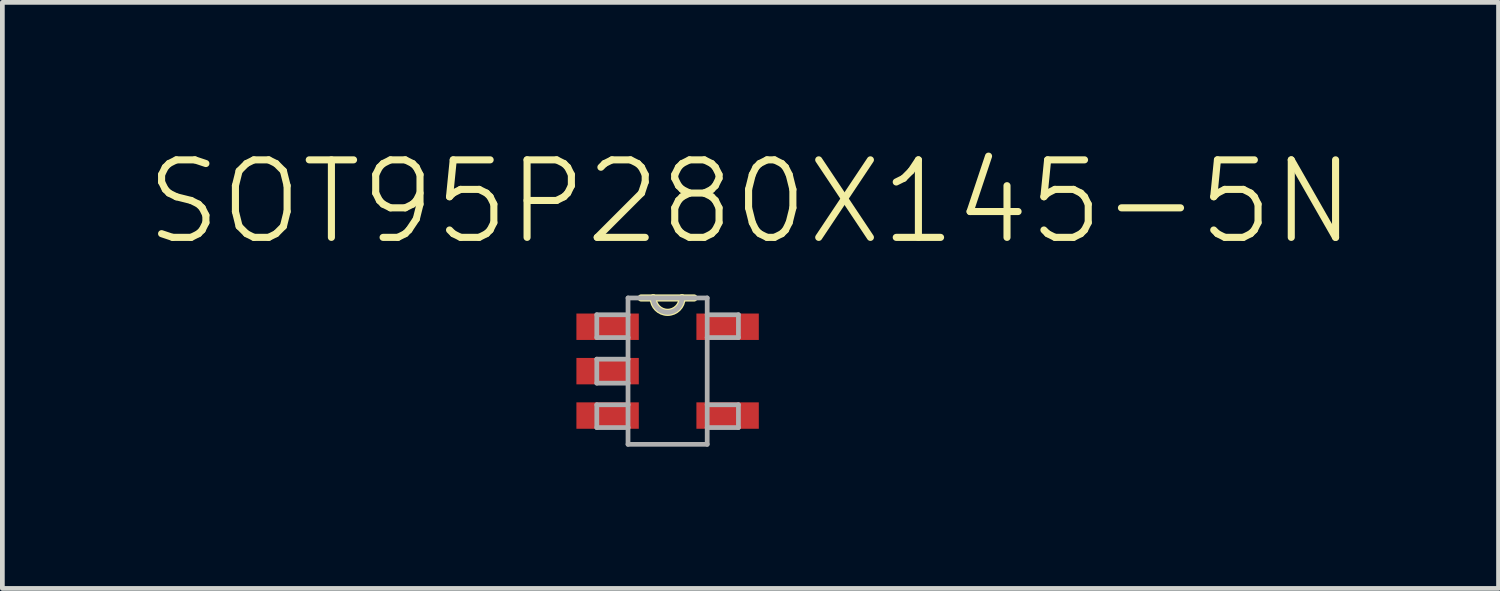
<source format=kicad_pcb>
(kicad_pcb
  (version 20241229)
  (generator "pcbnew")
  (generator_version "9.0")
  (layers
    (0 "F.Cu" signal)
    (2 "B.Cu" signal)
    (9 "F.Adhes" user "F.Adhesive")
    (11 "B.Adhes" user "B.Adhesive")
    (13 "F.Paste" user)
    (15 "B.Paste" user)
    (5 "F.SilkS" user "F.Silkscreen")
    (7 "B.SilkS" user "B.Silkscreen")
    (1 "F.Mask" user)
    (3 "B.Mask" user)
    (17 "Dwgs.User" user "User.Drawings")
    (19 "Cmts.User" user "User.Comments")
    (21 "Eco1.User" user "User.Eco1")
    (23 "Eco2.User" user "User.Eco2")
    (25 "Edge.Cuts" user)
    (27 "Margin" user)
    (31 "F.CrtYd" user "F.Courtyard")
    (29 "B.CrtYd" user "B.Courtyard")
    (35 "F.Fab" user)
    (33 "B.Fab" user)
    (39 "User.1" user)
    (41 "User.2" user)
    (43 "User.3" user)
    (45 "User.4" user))
  (footprint "SOT95P280X145-5N"
    (layer "F.Cu")
    (at 11.081 4.806)
    (property "Reference" "SOT95P280X145-5N" (at 1.753 -3.583 0) (layer "F.SilkS") (effects (font (size 1.641 1.641) (thickness 0.15))))
    (attr smd)
    (fp_line (start -0.305 -1.549) (end -0.559 -1.549) (stroke (width 0.152) (type solid)) (layer "F.SilkS"))
    (fp_line (start 0.305 -1.549) (end -0.305 -1.549) (stroke (width 0.152) (type solid)) (layer "F.SilkS"))
    (fp_line (start 0.559 -1.549) (end 0.305 -1.549) (stroke (width 0.152) (type solid)) (layer "F.SilkS"))
    (fp_arc (start 0.3048 -1.5494) (mid 0 -1.2446) (end -0.3048 -1.5494) (stroke (width 0.1524) (type solid)) (layer "F.SilkS"))
    (fp_line (start -1.499 -1.194) (end -1.499 -0.711) (stroke (width 0.1) (type solid)) (layer "F.Fab"))
    (fp_line (start -1.499 -0.711) (end -0.838 -0.711) (stroke (width 0.1) (type solid)) (layer "F.Fab"))
    (fp_line (start -1.499 -0.254) (end -1.499 0.254) (stroke (width 0.1) (type solid)) (layer "F.Fab"))
    (fp_line (start -1.499 0.254) (end -0.838 0.254) (stroke (width 0.1) (type solid)) (layer "F.Fab"))
    (fp_line (start -1.499 0.711) (end -1.499 1.194) (stroke (width 0.1) (type solid)) (layer "F.Fab"))
    (fp_line (start -1.499 1.194) (end -0.838 1.194) (stroke (width 0.1) (type solid)) (layer "F.Fab"))
    (fp_line (start -0.838 -1.549) (end -0.838 -1.194) (stroke (width 0.1) (type solid)) (layer "F.Fab"))
    (fp_line (start -0.838 -1.194) (end -1.499 -1.194) (stroke (width 0.1) (type solid)) (layer "F.Fab"))
    (fp_line (start -0.838 -1.194) (end -0.838 -0.711) (stroke (width 0.1) (type solid)) (layer "F.Fab"))
    (fp_line (start -0.838 -0.711) (end -0.838 -0.254) (stroke (width 0.1) (type solid)) (layer "F.Fab"))
    (fp_line (start -0.838 -0.254) (end -1.499 -0.254) (stroke (width 0.1) (type solid)) (layer "F.Fab"))
    (fp_line (start -0.838 -0.254) (end -0.838 0.254) (stroke (width 0.1) (type solid)) (layer "F.Fab"))
    (fp_line (start -0.838 0.254) (end -0.838 0.711) (stroke (width 0.1) (type solid)) (layer "F.Fab"))
    (fp_line (start -0.838 0.711) (end -1.499 0.711) (stroke (width 0.1) (type solid)) (layer "F.Fab"))
    (fp_line (start -0.838 1.194) (end -0.838 0.711) (stroke (width 0.1) (type solid)) (layer "F.Fab"))
    (fp_line (start -0.838 1.549) (end -0.838 1.194) (stroke (width 0.1) (type solid)) (layer "F.Fab"))
    (fp_line (start -0.838 1.549) (end 0.838 1.549) (stroke (width 0.1) (type solid)) (layer "F.Fab"))
    (fp_line (start -0.305 -1.549) (end -0.838 -1.549) (stroke (width 0.1) (type solid)) (layer "F.Fab"))
    (fp_line (start 0.305 -1.549) (end -0.305 -1.549) (stroke (width 0.1) (type solid)) (layer "F.Fab"))
    (fp_line (start 0.838 -1.549) (end 0.305 -1.549) (stroke (width 0.1) (type solid)) (layer "F.Fab"))
    (fp_line (start 0.838 -1.549) (end 0.838 -1.194) (stroke (width 0.1) (type solid)) (layer "F.Fab"))
    (fp_line (start 0.838 -1.194) (end 0.838 -0.711) (stroke (width 0.1) (type solid)) (layer "F.Fab"))
    (fp_line (start 0.838 -0.711) (end 1.499 -0.711) (stroke (width 0.1) (type solid)) (layer "F.Fab"))
    (fp_line (start 0.838 0.711) (end 0.838 -0.711) (stroke (width 0.1) (type solid)) (layer "F.Fab"))
    (fp_line (start 0.838 1.194) (end 0.838 0.711) (stroke (width 0.1) (type solid)) (layer "F.Fab"))
    (fp_line (start 0.838 1.194) (end 1.499 1.194) (stroke (width 0.1) (type solid)) (layer "F.Fab"))
    (fp_line (start 0.838 1.549) (end 0.838 1.194) (stroke (width 0.1) (type solid)) (layer "F.Fab"))
    (fp_line (start 1.499 -1.194) (end 0.838 -1.194) (stroke (width 0.1) (type solid)) (layer "F.Fab"))
    (fp_line (start 1.499 -0.711) (end 1.499 -1.194) (stroke (width 0.1) (type solid)) (layer "F.Fab"))
    (fp_line (start 1.499 0.711) (end 0.838 0.711) (stroke (width 0.1) (type solid)) (layer "F.Fab"))
    (fp_line (start 1.499 1.194) (end 1.499 0.711) (stroke (width 0.1) (type solid)) (layer "F.Fab"))
    (fp_arc (start 0.3048 -1.5494) (mid 0 -1.2446) (end -0.3048 -1.5494) (stroke (width 0.1) (type solid)) (layer "F.Fab"))
    (pad "1" smd rect (at -1.27 -0.94) (size 1.321 0.559) (layers "F.Cu" "F.Mask" "F.Paste"))
    (pad "2" smd rect (at -1.27 0) (size 1.321 0.559) (layers "F.Cu" "F.Mask" "F.Paste"))
    (pad "3" smd rect (at -1.27 0.94) (size 1.321 0.559) (layers "F.Cu" "F.Mask" "F.Paste"))
    (pad "4" smd rect (at 1.27 0.94) (size 1.321 0.559) (layers "F.Cu" "F.Mask" "F.Paste"))
    (pad "5" smd rect (at 1.27 -0.94) (size 1.321 0.559) (layers "F.Cu" "F.Mask" "F.Paste")))
  (gr_rect
    (start -3 -3)
    (end 28.669 9.405)
    (stroke (width 0.1) (type default))
    (fill no)
    (layer "Edge.Cuts")))
</source>
